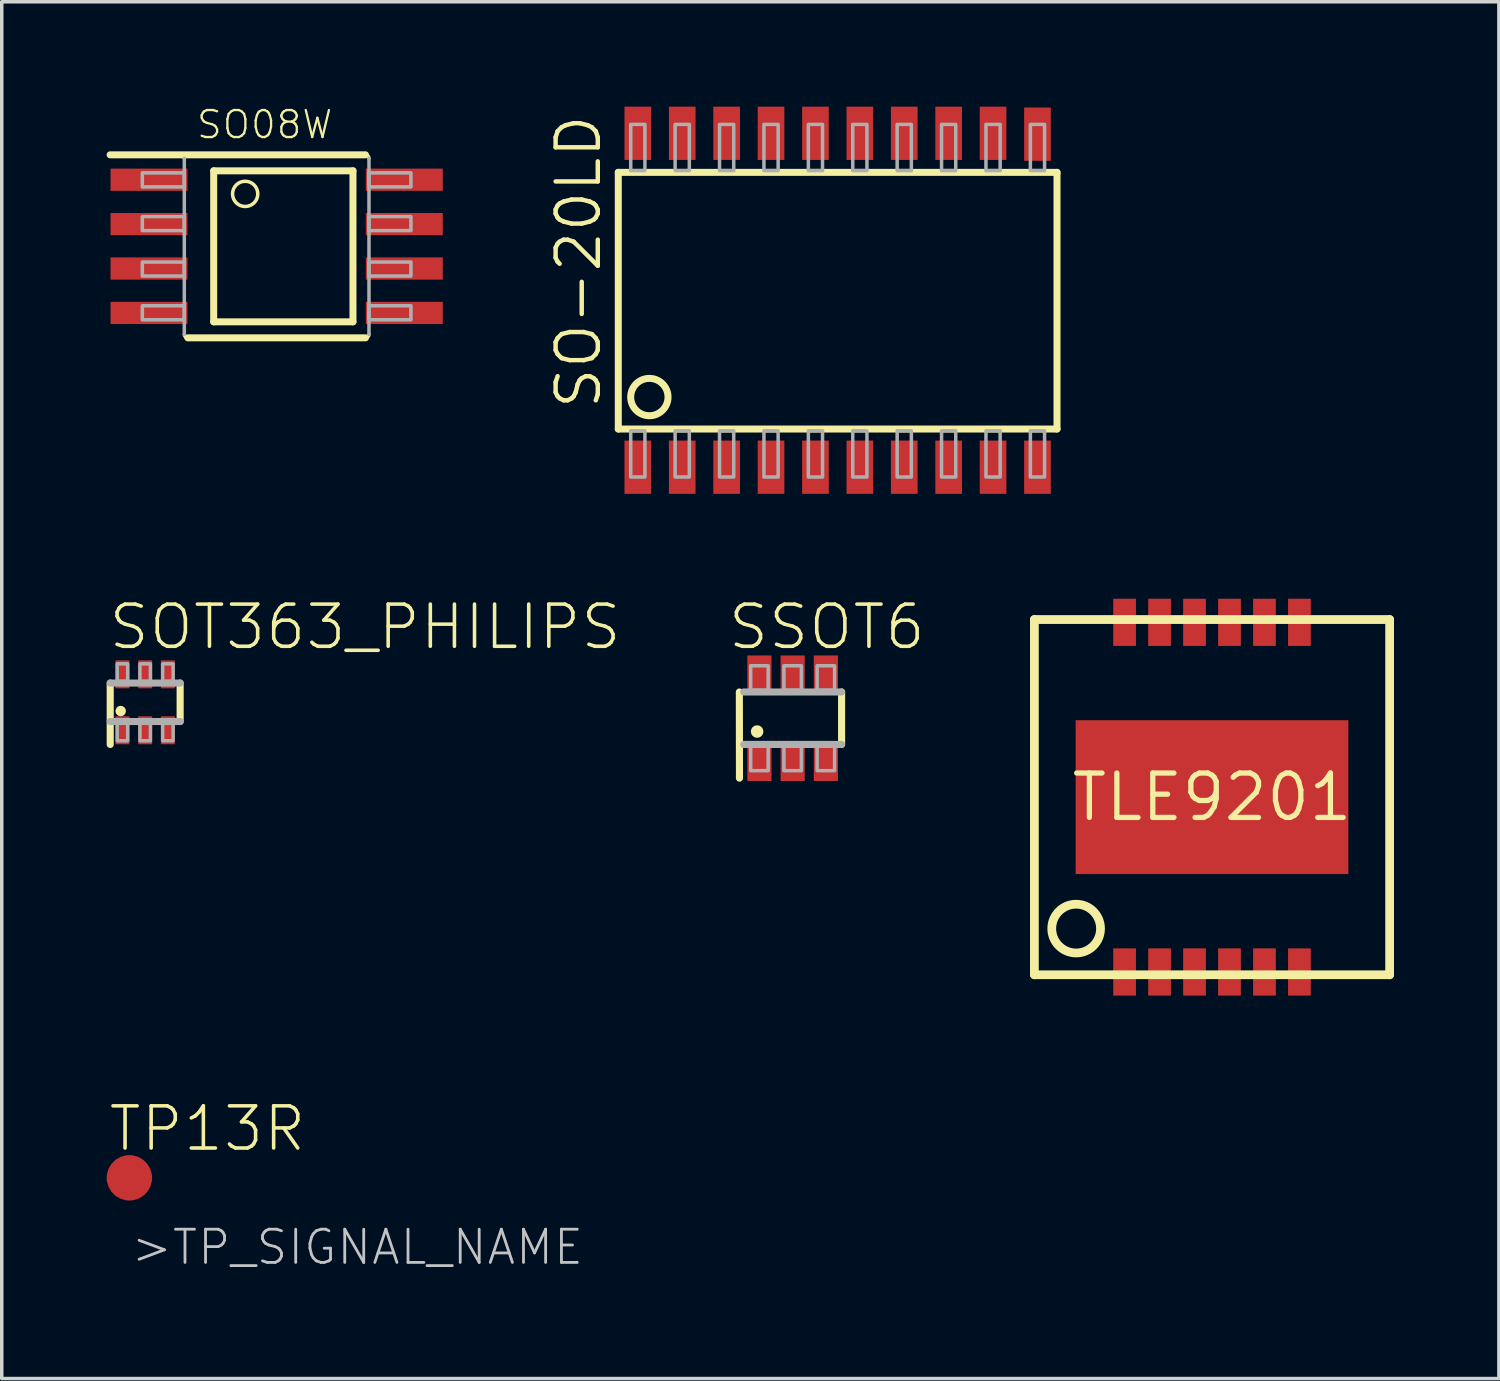
<source format=kicad_pcb>
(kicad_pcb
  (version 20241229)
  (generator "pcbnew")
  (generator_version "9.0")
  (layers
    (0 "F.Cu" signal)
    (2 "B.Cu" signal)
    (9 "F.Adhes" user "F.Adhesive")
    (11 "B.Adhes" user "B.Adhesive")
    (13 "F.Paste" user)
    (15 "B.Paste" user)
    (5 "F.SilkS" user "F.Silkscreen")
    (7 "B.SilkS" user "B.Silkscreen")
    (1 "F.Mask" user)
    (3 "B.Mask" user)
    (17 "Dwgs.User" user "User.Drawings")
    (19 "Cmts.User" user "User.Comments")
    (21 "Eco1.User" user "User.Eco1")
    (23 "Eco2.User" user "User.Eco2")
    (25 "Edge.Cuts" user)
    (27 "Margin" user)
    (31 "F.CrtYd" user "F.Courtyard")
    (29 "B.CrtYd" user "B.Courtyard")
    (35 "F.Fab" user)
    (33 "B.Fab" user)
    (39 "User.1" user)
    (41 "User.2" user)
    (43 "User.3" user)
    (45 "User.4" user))
  (footprint "TLE9201"
    (layer "F.Cu")
    (at 31.614 19.749)
    (property "Reference" "TLE9201" (at 0 0 0) (layer "F.SilkS") (effects (font (size 1.27 1.27) (thickness 0.15))))
    (attr through_hole)
    (fp_line (start -5.08 -5.08) (end 5.08 -5.08) (stroke (width 0.25) (type solid)) (layer "F.SilkS"))
    (fp_line (start -5.08 5.08) (end -5.08 -5.08) (stroke (width 0.25) (type solid)) (layer "F.SilkS"))
    (fp_line (start 5.08 -5.08) (end 5.08 5.08) (stroke (width 0.25) (type solid)) (layer "F.SilkS"))
    (fp_line (start 5.08 5.08) (end -5.08 5.08) (stroke (width 0.25) (type solid)) (layer "F.SilkS"))
    (fp_circle (center -3.886 3.759) (end -3.302 3.378) (stroke (width 0.25) (type solid)) (fill no) (layer "F.SilkS"))
    (pad "1" smd rect (at -2.5 5 90) (size 1.35 0.65) (layers "F.Cu" "F.Mask" "F.Paste"))
    (pad "2" smd rect (at -1.5 5 90) (size 1.35 0.65) (layers "F.Cu" "F.Mask" "F.Paste"))
    (pad "3" smd rect (at -0.5 5 90) (size 1.35 0.65) (layers "F.Cu" "F.Mask" "F.Paste"))
    (pad "4" smd rect (at 0.5 5 90) (size 1.35 0.65) (layers "F.Cu" "F.Mask" "F.Paste"))
    (pad "5" smd rect (at 1.5 5 90) (size 1.35 0.65) (layers "F.Cu" "F.Mask" "F.Paste"))
    (pad "6" smd rect (at 2.5 5 90) (size 1.35 0.65) (layers "F.Cu" "F.Mask" "F.Paste"))
    (pad "7" smd rect (at 2.5 -5 270) (size 1.35 0.65) (layers "F.Cu" "F.Mask" "F.Paste"))
    (pad "8" smd rect (at 1.5 -5 270) (size 1.35 0.65) (layers "F.Cu" "F.Mask" "F.Paste"))
    (pad "9" smd rect (at 0.5 -5 270) (size 1.35 0.65) (layers "F.Cu" "F.Mask" "F.Paste"))
    (pad "10" smd rect (at -0.5 -5 270) (size 1.35 0.65) (layers "F.Cu" "F.Mask" "F.Paste"))
    (pad "11" smd rect (at -1.5 -5 270) (size 1.35 0.65) (layers "F.Cu" "F.Mask" "F.Paste"))
    (pad "12" smd rect (at -2.5 -5 270) (size 1.35 0.65) (layers "F.Cu" "F.Mask" "F.Paste"))
    (pad "13" smd rect (at 0 0) (size 7.8 4.4) (layers "F.Cu" "F.Mask" "F.Paste")))
  (footprint "SOT363_PHILIPS"
    (layer "F.Cu")
    (at 1.102 17.036)
    (property "Reference" "SOT363_PHILIPS" (at -1.1 -1.45 0) (layer "F.SilkS") (effects (font (size 1.206 1.206) (thickness 0.102)) (justify left bottom)))
    (attr through_hole)
    (fp_line (start -1 1.206) (end -1 -0.55) (stroke (width 0.203) (type solid)) (layer "F.SilkS"))
    (fp_line (start 1 -0.55) (end 1 0.55) (stroke (width 0.203) (type solid)) (layer "F.SilkS"))
    (fp_circle (center -0.7 0.25) (end -0.625 0.25) (stroke (width 0.15) (type solid)) (fill no) (layer "F.SilkS"))
    (fp_line (start -1 -0.55) (end 1 -0.55) (stroke (width 0.203) (type solid)) (layer "F.Fab"))
    (fp_line (start 1 0.55) (end -1 0.55) (stroke (width 0.203) (type solid)) (layer "F.Fab"))
    (fp_poly (pts (xy -0.8 -0.6) (xy -0.5 -0.6) (xy -0.5 -1.1) (xy -0.8 -1.1)) (stroke (width 0.1) (type solid)) (fill no) (layer "F.Fab"))
    (fp_poly (pts (xy -0.8 1.1) (xy -0.5 1.1) (xy -0.5 0.6) (xy -0.8 0.6)) (stroke (width 0.1) (type solid)) (fill no) (layer "F.Fab"))
    (fp_poly (pts (xy -0.15 -0.6) (xy 0.15 -0.6) (xy 0.15 -1.1) (xy -0.15 -1.1)) (stroke (width 0.1) (type solid)) (fill no) (layer "F.Fab"))
    (fp_poly (pts (xy -0.15 1.1) (xy 0.15 1.1) (xy 0.15 0.6) (xy -0.15 0.6)) (stroke (width 0.1) (type solid)) (fill no) (layer "F.Fab"))
    (fp_poly (pts (xy 0.5 -0.6) (xy 0.8 -0.6) (xy 0.8 -1.1) (xy 0.5 -1.1)) (stroke (width 0.1) (type solid)) (fill no) (layer "F.Fab"))
    (fp_poly (pts (xy 0.5 1.1) (xy 0.8 1.1) (xy 0.8 0.6) (xy 0.5 0.6)) (stroke (width 0.1) (type solid)) (fill no) (layer "F.Fab"))
    (pad "1" smd rect (at -0.65 0.8) (size 0.4 0.8) (layers "F.Cu" "F.Mask" "F.Paste"))
    (pad "2" smd rect (at 0 0.8) (size 0.4 0.8) (layers "F.Cu" "F.Mask" "F.Paste"))
    (pad "3" smd rect (at 0.65 0.8) (size 0.4 0.8) (layers "F.Cu" "F.Mask" "F.Paste"))
    (pad "4" smd rect (at 0.65 -0.8) (size 0.4 0.8) (layers "F.Cu" "F.Mask" "F.Paste"))
    (pad "5" smd rect (at 0 -0.8) (size 0.4 0.8) (layers "F.Cu" "F.Mask" "F.Paste"))
    (pad "6" smd rect (at -0.65 -0.8) (size 0.4 0.8) (layers "F.Cu" "F.Mask" "F.Paste")))
  (footprint "TP13R"
    (layer "F.Cu")
    (at 0.65 30.636)
    (property "Reference" "TP13R" (at -0.65 -0.7 0) (layer "F.SilkS") (effects (font (size 1.206 1.206) (thickness 0.102)) (justify left bottom)))
    (attr through_hole)
    (fp_text user ">TP_SIGNAL_NAME" (at 0 2.54 0) (layer "Dwgs.User") (effects (font (size 0.95 0.95) (thickness 0.08)) (justify left bottom)))
    (pad "TP" smd roundrect (at 0 0) (size 1.3 1.3) (layers "F.Cu" "F.Mask") (roundrect_rratio 0.5)))
  (footprint "SO08W"
    (layer "F.Cu")
    (at 4.862 3.995)
    (property "Reference" "SO08W" (at -2.334 -3.028 0) (layer "F.SilkS") (effects (font (size 0.772 0.772) (thickness 0.065)) (justify left bottom)))
    (attr through_hole)
    (fp_line (start -4.763 -2.617) (end 2.541 -2.617) (stroke (width 0.2) (type solid)) (layer "F.SilkS"))
    (fp_line (start -2.541 2.617) (end 2.541 2.617) (stroke (width 0.2) (type solid)) (layer "F.SilkS"))
    (fp_line (start -1.8 -2.159) (end -1.8 2.159) (stroke (width 0.2) (type solid)) (layer "F.SilkS"))
    (fp_line (start -1.8 2.159) (end 2.183 2.159) (stroke (width 0.2) (type solid)) (layer "F.SilkS"))
    (fp_line (start 2.183 -2.159) (end -1.8 -2.159) (stroke (width 0.2) (type solid)) (layer "F.SilkS"))
    (fp_line (start 2.183 2.159) (end 2.183 -2.159) (stroke (width 0.2) (type solid)) (layer "F.SilkS"))
    (fp_arc (start -2.6413 -2.5174) (mid -2.612011 -2.588111) (end -2.5413 -2.6174) (stroke (width 0.1) (type solid)) (layer "F.SilkS"))
    (fp_arc (start -2.5413 2.6174) (mid -2.612011 2.588111) (end -2.6413 2.5174) (stroke (width 0.1) (type solid)) (layer "F.SilkS"))
    (fp_arc (start 2.5413 -2.6174) (mid 2.61204 -2.588139) (end 2.6413 -2.517398) (stroke (width 0.1) (type solid)) (layer "F.SilkS"))
    (fp_arc (start 2.6413 2.5174) (mid 2.612011 2.588111) (end 2.5413 2.6174) (stroke (width 0.1) (type solid)) (layer "F.SilkS"))
    (fp_circle (center -0.9 -1.5) (end -0.539 -1.5) (stroke (width 0.1) (type solid)) (fill no) (layer "F.SilkS"))
    (fp_line (start -2.641 -2.517) (end -2.641 2.517) (stroke (width 0.1) (type solid)) (layer "F.Fab"))
    (fp_line (start 2.641 -2.517) (end 2.641 2.517) (stroke (width 0.1) (type solid)) (layer "F.Fab"))
    (fp_poly (pts (xy -3.841 -1.7) (xy -2.641 -1.7) (xy -2.641 -2.1) (xy -3.841 -2.1)) (stroke (width 0.1) (type solid)) (fill no) (layer "F.Fab"))
    (fp_poly (pts (xy -3.841 -0.45) (xy -2.641 -0.45) (xy -2.641 -0.85) (xy -3.841 -0.85)) (stroke (width 0.1) (type solid)) (fill no) (layer "F.Fab"))
    (fp_poly (pts (xy -3.841 0.85) (xy -2.641 0.85) (xy -2.641 0.45) (xy -3.841 0.45)) (stroke (width 0.1) (type solid)) (fill no) (layer "F.Fab"))
    (fp_poly (pts (xy -3.841 2.1) (xy -2.641 2.1) (xy -2.641 1.7) (xy -3.841 1.7)) (stroke (width 0.1) (type solid)) (fill no) (layer "F.Fab"))
    (fp_poly (pts (xy 2.641 -1.7) (xy 3.841 -1.7) (xy 3.841 -2.1) (xy 2.641 -2.1)) (stroke (width 0.1) (type solid)) (fill no) (layer "F.Fab"))
    (fp_poly (pts (xy 2.641 -0.45) (xy 3.841 -0.45) (xy 3.841 -0.85) (xy 2.641 -0.85)) (stroke (width 0.1) (type solid)) (fill no) (layer "F.Fab"))
    (fp_poly (pts (xy 2.641 0.85) (xy 3.841 0.85) (xy 3.841 0.45) (xy 2.641 0.45)) (stroke (width 0.1) (type solid)) (fill no) (layer "F.Fab"))
    (fp_poly (pts (xy 2.641 2.1) (xy 3.841 2.1) (xy 3.841 1.7) (xy 2.641 1.7)) (stroke (width 0.1) (type solid)) (fill no) (layer "F.Fab"))
    (pad "1" smd rect (at -3.651 -1.905) (size 2.2 0.635) (layers "F.Cu" "F.Mask" "F.Paste"))
    (pad "2" smd rect (at -3.651 -0.635) (size 2.2 0.635) (layers "F.Cu" "F.Mask" "F.Paste"))
    (pad "3" smd rect (at -3.651 0.635) (size 2.2 0.635) (layers "F.Cu" "F.Mask" "F.Paste"))
    (pad "4" smd rect (at -3.651 1.905) (size 2.2 0.635) (layers "F.Cu" "F.Mask" "F.Paste"))
    (pad "5" smd rect (at 3.651 1.905) (size 2.2 0.635) (layers "F.Cu" "F.Mask" "F.Paste"))
    (pad "6" smd rect (at 3.651 0.635) (size 2.2 0.635) (layers "F.Cu" "F.Mask" "F.Paste"))
    (pad "7" smd rect (at 3.651 -0.635) (size 2.2 0.635) (layers "F.Cu" "F.Mask" "F.Paste"))
    (pad "8" smd rect (at 3.651 -1.905) (size 2.2 0.635) (layers "F.Cu" "F.Mask" "F.Paste")))
  (footprint "SO-20LD"
    (layer "F.Cu")
    (at 20.907 5.537)
    (property "Reference" "SO-20LD" (at -6.706 3.175 90) (layer "F.SilkS") (effects (font (size 1.206 1.206) (thickness 0.127)) (justify left bottom)))
    (attr through_hole)
    (fp_line (start -6.274 -3.658) (end -6.274 3.683) (stroke (width 0.2) (type solid)) (layer "F.SilkS"))
    (fp_line (start -6.274 3.683) (end 6.274 3.683) (stroke (width 0.2) (type solid)) (layer "F.SilkS"))
    (fp_line (start 6.274 -3.658) (end -6.274 -3.658) (stroke (width 0.2) (type solid)) (layer "F.SilkS"))
    (fp_line (start 6.274 3.683) (end 6.274 -3.658) (stroke (width 0.2) (type solid)) (layer "F.SilkS"))
    (fp_circle (center -5.385 2.769) (end -4.851 2.769) (stroke (width 0.2) (type solid)) (fill no) (layer "F.SilkS"))
    (fp_poly (pts (xy -5.918 -3.708) (xy -5.512 -3.708) (xy -5.512 -5.029) (xy -5.918 -5.029)) (stroke (width 0.1) (type solid)) (fill no) (layer "F.Fab"))
    (fp_poly (pts (xy -5.918 5.055) (xy -5.512 5.055) (xy -5.512 3.734) (xy -5.918 3.734)) (stroke (width 0.1) (type solid)) (fill no) (layer "F.Fab"))
    (fp_poly (pts (xy -4.648 -3.708) (xy -4.242 -3.708) (xy -4.242 -5.029) (xy -4.648 -5.029)) (stroke (width 0.1) (type solid)) (fill no) (layer "F.Fab"))
    (fp_poly (pts (xy -4.648 5.055) (xy -4.242 5.055) (xy -4.242 3.734) (xy -4.648 3.734)) (stroke (width 0.1) (type solid)) (fill no) (layer "F.Fab"))
    (fp_poly (pts (xy -3.378 -3.708) (xy -2.972 -3.708) (xy -2.972 -5.029) (xy -3.378 -5.029)) (stroke (width 0.1) (type solid)) (fill no) (layer "F.Fab"))
    (fp_poly (pts (xy -3.378 5.055) (xy -2.972 5.055) (xy -2.972 3.734) (xy -3.378 3.734)) (stroke (width 0.1) (type solid)) (fill no) (layer "F.Fab"))
    (fp_poly (pts (xy -2.108 -3.708) (xy -1.702 -3.708) (xy -1.702 -5.029) (xy -2.108 -5.029)) (stroke (width 0.1) (type solid)) (fill no) (layer "F.Fab"))
    (fp_poly (pts (xy -2.108 5.055) (xy -1.702 5.055) (xy -1.702 3.734) (xy -2.108 3.734)) (stroke (width 0.1) (type solid)) (fill no) (layer "F.Fab"))
    (fp_poly (pts (xy -0.838 -3.708) (xy -0.432 -3.708) (xy -0.432 -5.029) (xy -0.838 -5.029)) (stroke (width 0.1) (type solid)) (fill no) (layer "F.Fab"))
    (fp_poly (pts (xy -0.838 5.055) (xy -0.432 5.055) (xy -0.432 3.734) (xy -0.838 3.734)) (stroke (width 0.1) (type solid)) (fill no) (layer "F.Fab"))
    (fp_poly (pts (xy 0.432 -3.708) (xy 0.838 -3.708) (xy 0.838 -5.029) (xy 0.432 -5.029)) (stroke (width 0.1) (type solid)) (fill no) (layer "F.Fab"))
    (fp_poly (pts (xy 0.432 5.055) (xy 0.838 5.055) (xy 0.838 3.734) (xy 0.432 3.734)) (stroke (width 0.1) (type solid)) (fill no) (layer "F.Fab"))
    (fp_poly (pts (xy 1.702 -3.708) (xy 2.108 -3.708) (xy 2.108 -5.029) (xy 1.702 -5.029)) (stroke (width 0.1) (type solid)) (fill no) (layer "F.Fab"))
    (fp_poly (pts (xy 1.702 5.055) (xy 2.108 5.055) (xy 2.108 3.734) (xy 1.702 3.734)) (stroke (width 0.1) (type solid)) (fill no) (layer "F.Fab"))
    (fp_poly (pts (xy 2.972 -3.708) (xy 3.378 -3.708) (xy 3.378 -5.029) (xy 2.972 -5.029)) (stroke (width 0.1) (type solid)) (fill no) (layer "F.Fab"))
    (fp_poly (pts (xy 2.972 5.055) (xy 3.378 5.055) (xy 3.378 3.734) (xy 2.972 3.734)) (stroke (width 0.1) (type solid)) (fill no) (layer "F.Fab"))
    (fp_poly (pts (xy 4.242 -3.708) (xy 4.648 -3.708) (xy 4.648 -5.029) (xy 4.242 -5.029)) (stroke (width 0.1) (type solid)) (fill no) (layer "F.Fab"))
    (fp_poly (pts (xy 4.242 5.055) (xy 4.648 5.055) (xy 4.648 3.734) (xy 4.242 3.734)) (stroke (width 0.1) (type solid)) (fill no) (layer "F.Fab"))
    (fp_poly (pts (xy 5.512 -3.708) (xy 5.918 -3.708) (xy 5.918 -5.029) (xy 5.512 -5.029)) (stroke (width 0.1) (type solid)) (fill no) (layer "F.Fab"))
    (fp_poly (pts (xy 5.512 5.055) (xy 5.918 5.055) (xy 5.918 3.734) (xy 5.512 3.734)) (stroke (width 0.1) (type solid)) (fill no) (layer "F.Fab"))
    (pad "1" smd rect (at -5.715 4.775) (size 0.762 1.524) (layers "F.Cu" "F.Mask" "F.Paste"))
    (pad "2" smd rect (at -4.445 4.775) (size 0.762 1.524) (layers "F.Cu" "F.Mask" "F.Paste"))
    (pad "3" smd rect (at -3.175 4.775) (size 0.762 1.524) (layers "F.Cu" "F.Mask" "F.Paste"))
    (pad "4" smd rect (at -1.905 4.775) (size 0.762 1.524) (layers "F.Cu" "F.Mask" "F.Paste"))
    (pad "5" smd rect (at -0.635 4.775) (size 0.762 1.524) (layers "F.Cu" "F.Mask" "F.Paste"))
    (pad "6" smd rect (at 0.635 4.775) (size 0.762 1.524) (layers "F.Cu" "F.Mask" "F.Paste"))
    (pad "7" smd rect (at 1.905 4.775) (size 0.762 1.524) (layers "F.Cu" "F.Mask" "F.Paste"))
    (pad "8" smd rect (at 3.175 4.775) (size 0.762 1.524) (layers "F.Cu" "F.Mask" "F.Paste"))
    (pad "9" smd rect (at 4.445 4.775) (size 0.762 1.524) (layers "F.Cu" "F.Mask" "F.Paste"))
    (pad "10" smd rect (at 5.715 4.775) (size 0.762 1.524) (layers "F.Cu" "F.Mask" "F.Paste"))
    (pad "11" smd rect (at 5.715 -4.75) (size 0.762 1.524) (layers "F.Cu" "F.Mask" "F.Paste"))
    (pad "12" smd rect (at 4.445 -4.775) (size 0.762 1.524) (layers "F.Cu" "F.Mask" "F.Paste"))
    (pad "13" smd rect (at 3.175 -4.775) (size 0.762 1.524) (layers "F.Cu" "F.Mask" "F.Paste"))
    (pad "14" smd rect (at 1.905 -4.775) (size 0.762 1.524) (layers "F.Cu" "F.Mask" "F.Paste"))
    (pad "15" smd rect (at 0.635 -4.775) (size 0.762 1.524) (layers "F.Cu" "F.Mask" "F.Paste"))
    (pad "16" smd rect (at -0.635 -4.775) (size 0.762 1.524) (layers "F.Cu" "F.Mask" "F.Paste"))
    (pad "17" smd rect (at -1.905 -4.775) (size 0.762 1.524) (layers "F.Cu" "F.Mask" "F.Paste"))
    (pad "18" smd rect (at -3.175 -4.775) (size 0.762 1.524) (layers "F.Cu" "F.Mask" "F.Paste"))
    (pad "19" smd rect (at -4.445 -4.775) (size 0.762 1.524) (layers "F.Cu" "F.Mask" "F.Paste"))
    (pad "20" smd rect (at -5.715 -4.775) (size 0.762 1.524) (layers "F.Cu" "F.Mask" "F.Paste")))
  (footprint "SSOT6"
    (layer "F.Cu")
    (at 19.62 17.491)
    (property "Reference" "SSOT6" (at -1.905 -1.905 0) (layer "F.SilkS") (effects (font (size 1.206 1.206) (thickness 0.102)) (justify left bottom)))
    (attr through_hole)
    (fp_line (start -1.521 1.714) (end -1.524 -0.75) (stroke (width 0.203) (type solid)) (layer "F.SilkS"))
    (fp_line (start 1.4 -0.75) (end 1.4 0.75) (stroke (width 0.203) (type solid)) (layer "F.SilkS"))
    (fp_circle (center -1.016 0.381) (end -0.926 0.381) (stroke (width 0.18) (type solid)) (fill no) (layer "F.SilkS"))
    (fp_line (start -1.4 -0.75) (end 1.4 -0.75) (stroke (width 0.203) (type solid)) (layer "F.Fab"))
    (fp_line (start 1.4 0.75) (end -1.4 0.75) (stroke (width 0.203) (type solid)) (layer "F.Fab"))
    (fp_poly (pts (xy -1.2 1.5) (xy -0.7 1.5) (xy -0.7 0.8) (xy -1.2 0.8)) (stroke (width 0.1) (type solid)) (fill no) (layer "F.Fab"))
    (fp_poly (pts (xy -0.7 -1.5) (xy -1.2 -1.5) (xy -1.2 -0.8) (xy -0.7 -0.8)) (stroke (width 0.1) (type solid)) (fill no) (layer "F.Fab"))
    (fp_poly (pts (xy -0.25 1.5) (xy 0.25 1.5) (xy 0.25 0.8) (xy -0.25 0.8)) (stroke (width 0.1) (type solid)) (fill no) (layer "F.Fab"))
    (fp_poly (pts (xy 0.25 -1.5) (xy -0.25 -1.5) (xy -0.25 -0.8) (xy 0.25 -0.8)) (stroke (width 0.1) (type solid)) (fill no) (layer "F.Fab"))
    (fp_poly (pts (xy 0.7 1.5) (xy 1.2 1.5) (xy 1.2 0.8) (xy 0.7 0.8)) (stroke (width 0.1) (type solid)) (fill no) (layer "F.Fab"))
    (fp_poly (pts (xy 1.2 -1.5) (xy 0.7 -1.5) (xy 0.7 -0.8) (xy 1.2 -0.8)) (stroke (width 0.1) (type solid)) (fill no) (layer "F.Fab"))
    (pad "1" smd rect (at -0.95 1.3) (size 0.69 0.99) (layers "F.Cu" "F.Mask" "F.Paste"))
    (pad "2" smd rect (at 0 1.3) (size 0.69 0.99) (layers "F.Cu" "F.Mask" "F.Paste"))
    (pad "3" smd rect (at 0.95 1.3) (size 0.69 0.99) (layers "F.Cu" "F.Mask" "F.Paste"))
    (pad "4" smd rect (at 0.95 -1.3 180) (size 0.69 0.99) (layers "F.Cu" "F.Mask" "F.Paste"))
    (pad "5" smd rect (at 0 -1.3 180) (size 0.69 0.99) (layers "F.Cu" "F.Mask" "F.Paste"))
    (pad "6" smd rect (at -0.95 -1.3 180) (size 0.69 0.99) (layers "F.Cu" "F.Mask" "F.Paste")))
  (gr_rect
    (start -3 -3)
    (end 39.819 36.378)
    (stroke (width 0.1) (type default))
    (fill no)
    (layer "Edge.Cuts")))
</source>
